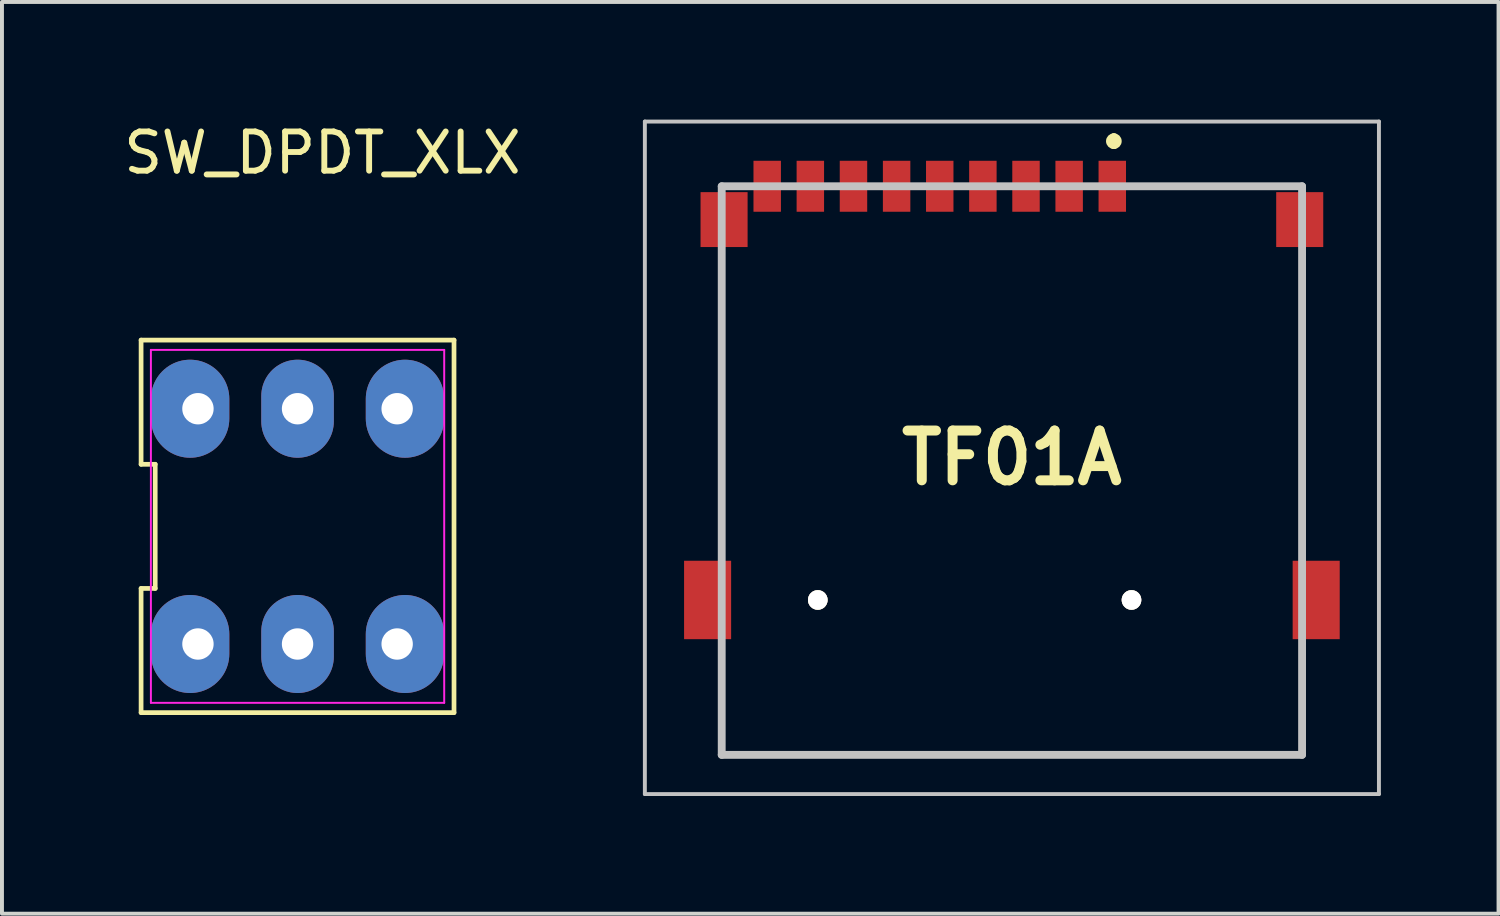
<source format=kicad_pcb>
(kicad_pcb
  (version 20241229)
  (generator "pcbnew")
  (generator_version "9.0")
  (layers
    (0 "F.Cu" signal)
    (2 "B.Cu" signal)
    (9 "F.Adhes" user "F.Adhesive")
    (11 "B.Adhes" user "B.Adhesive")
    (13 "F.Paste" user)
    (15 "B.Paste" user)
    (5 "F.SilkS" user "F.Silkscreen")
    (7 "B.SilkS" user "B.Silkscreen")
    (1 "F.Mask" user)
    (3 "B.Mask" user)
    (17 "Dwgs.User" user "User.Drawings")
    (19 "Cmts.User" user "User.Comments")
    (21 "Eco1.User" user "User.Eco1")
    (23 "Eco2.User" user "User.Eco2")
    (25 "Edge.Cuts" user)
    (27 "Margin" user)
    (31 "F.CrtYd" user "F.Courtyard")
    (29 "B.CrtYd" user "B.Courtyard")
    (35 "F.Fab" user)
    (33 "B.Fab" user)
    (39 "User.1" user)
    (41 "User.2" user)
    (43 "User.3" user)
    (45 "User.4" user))
  (footprint "TF01A"
    (layer "F.Cu")
    (at 22.755 8.95)
    (property "Reference" "TF01A" (at 0 -0.325 0) (layer "F.SilkS") (effects (font (size 1.27 1.27) (thickness 0.254))))
    (attr through_hole exclude_from_pos_files)
    (fp_line (start -7.4 -5) (end -7.4 1.5) (stroke (width 0.1) (type solid)) (layer "F.SilkS"))
    (fp_line (start -7.4 5) (end -7.4 7.25) (stroke (width 0.1) (type solid)) (layer "F.SilkS"))
    (fp_line (start -7.4 7.25) (end 7.4 7.25) (stroke (width 0.1) (type solid)) (layer "F.SilkS"))
    (fp_line (start 2.6 -8.5) (end 2.6 -8.5) (stroke (width 0.2) (type solid)) (layer "F.SilkS"))
    (fp_line (start 2.6 -8.3) (end 2.6 -8.3) (stroke (width 0.2) (type solid)) (layer "F.SilkS"))
    (fp_line (start 3.5 -7.25) (end 6.5 -7.25) (stroke (width 0.1) (type solid)) (layer "F.SilkS"))
    (fp_line (start 7.4 1.5) (end 7.4 -5) (stroke (width 0.1) (type solid)) (layer "F.SilkS"))
    (fp_line (start 7.4 7.25) (end 7.4 5.5) (stroke (width 0.1) (type solid)) (layer "F.SilkS"))
    (fp_arc (start 2.6 -8.5) (mid 2.7 -8.4) (end 2.6 -8.3) (stroke (width 0.2) (type solid)) (layer "F.SilkS"))
    (fp_arc (start 2.6 -8.3) (mid 2.5 -8.4) (end 2.6 -8.5) (stroke (width 0.2) (type solid)) (layer "F.SilkS"))
    (fp_line (start -9.36 -8.9) (end 9.36 -8.9) (stroke (width 0.1) (type solid)) (layer "Dwgs.User"))
    (fp_line (start -9.36 8.25) (end -9.36 -8.9) (stroke (width 0.1) (type solid)) (layer "Dwgs.User"))
    (fp_line (start -7.4 -7.25) (end 7.4 -7.25) (stroke (width 0.2) (type solid)) (layer "Dwgs.User"))
    (fp_line (start -7.4 7.25) (end -7.4 -7.25) (stroke (width 0.2) (type solid)) (layer "Dwgs.User"))
    (fp_line (start 7.4 -7.25) (end 7.4 7.25) (stroke (width 0.2) (type solid)) (layer "Dwgs.User"))
    (fp_line (start 7.4 7.25) (end -7.4 7.25) (stroke (width 0.2) (type solid)) (layer "Dwgs.User"))
    (fp_line (start 9.36 -8.9) (end 9.36 8.25) (stroke (width 0.1) (type solid)) (layer "Dwgs.User"))
    (fp_line (start 9.36 8.25) (end -9.36 8.25) (stroke (width 0.1) (type solid)) (layer "Dwgs.User"))
    (pad "1" smd rect (at 2.56 -7.25) (size 0.7 1.3) (layers "F.Cu" "F.Mask" "F.Paste"))
    (pad "2" smd rect (at 1.46 -7.25) (size 0.7 1.3) (layers "F.Cu" "F.Mask" "F.Paste"))
    (pad "3" smd rect (at 0.36 -7.25) (size 0.7 1.3) (layers "F.Cu" "F.Mask" "F.Paste"))
    (pad "4" smd rect (at -0.74 -7.25) (size 0.7 1.3) (layers "F.Cu" "F.Mask" "F.Paste"))
    (pad "5" smd rect (at -1.84 -7.25) (size 0.7 1.3) (layers "F.Cu" "F.Mask" "F.Paste"))
    (pad "6" smd rect (at -2.94 -7.25) (size 0.7 1.3) (layers "F.Cu" "F.Mask" "F.Paste"))
    (pad "7" smd rect (at -4.04 -7.25) (size 0.7 1.3) (layers "F.Cu" "F.Mask" "F.Paste"))
    (pad "8" smd rect (at -5.14 -7.25) (size 0.7 1.3) (layers "F.Cu" "F.Mask" "F.Paste"))
    (pad "14" thru_hole circle (at -4.95 3.3 90) (size 0.5 0.5) (drill 1) (layers "*.Cu" "*.Mask" "F.SilkS"))
    (pad "15" thru_hole circle (at 3.05 3.3 90) (size 0.5 0.5) (drill 1) (layers "*.Cu" "*.Mask" "F.SilkS"))
    (pad "CD1" smd rect (at -6.24 -7.25) (size 0.7 1.3) (layers "F.Cu" "F.Mask" "F.Paste"))
    (pad "MP1" smd rect (at -7.34 -6.4) (size 1.2 1.4) (layers "F.Cu" "F.Mask" "F.Paste"))
    (pad "MP2" smd rect (at -7.76 3.3) (size 1.2 2) (layers "F.Cu" "F.Mask" "F.Paste"))
    (pad "MP3" smd rect (at 7.76 3.3) (size 1.2 2) (layers "F.Cu" "F.Mask" "F.Paste"))
    (pad "MP4" smd rect (at 7.34 -6.4) (size 1.2 1.4) (layers "F.Cu" "F.Mask" "F.Paste")))
  (footprint "SW_DPDT_XLX"
    (layer "F.Cu")
    (at 4.538 10.373)
    (property "Reference" "SW_DPDT_XLX" (at 0.635 -9.525 180) (layer "F.SilkS") (effects (font (size 1 1) (thickness 0.15))))
    (attr through_hole)
    (fp_line (start -3.99 -1.583) (end -3.63 -1.583) (stroke (width 0.12) (type solid)) (layer "F.SilkS"))
    (fp_line (start -3.99 1.583) (end -3.99 4.75) (stroke (width 0.12) (type solid)) (layer "F.SilkS"))
    (fp_line (start -3.99 4.75) (end 3.99 4.75) (stroke (width 0.12) (type solid)) (layer "F.SilkS"))
    (fp_line (start -3.99 -4.75) (end -3.99 -1.583) (stroke (width 0.12) (type solid)) (layer "F.SilkS"))
    (fp_line (start -3.63 -1.583) (end -3.63 1.583) (stroke (width 0.12) (type solid)) (layer "F.SilkS"))
    (fp_line (start -3.63 1.583) (end -3.99 1.583) (stroke (width 0.12) (type solid)) (layer "F.SilkS"))
    (fp_line (start 3.99 4.75) (end 3.99 -4.75) (stroke (width 0.12) (type solid)) (layer "F.SilkS"))
    (fp_line (start 3.99 -4.75) (end -3.99 -4.75) (stroke (width 0.12) (type solid)) (layer "F.SilkS"))
    (fp_line (start -3.74 -4.5) (end 3.74 -4.5) (stroke (width 0.05) (type solid)) (layer "F.CrtYd"))
    (fp_line (start -3.74 4.5) (end -3.74 -4.5) (stroke (width 0.05) (type solid)) (layer "F.CrtYd"))
    (fp_line (start 3.74 -4.5) (end 3.74 4.5) (stroke (width 0.05) (type solid)) (layer "F.CrtYd"))
    (fp_line (start 3.74 4.5) (end -3.74 4.5) (stroke (width 0.05) (type solid)) (layer "F.CrtYd"))
    (pad "1" thru_hole oval (at -2.54 3) (size 2 2.5) (drill 0.8 (offset -0.2 0)) (layers "*.Cu" "*.Mask"))
    (pad "2" thru_hole oval (at 0 3) (size 1.85 2.5) (drill 0.8) (layers "*.Cu" "*.Mask"))
    (pad "3" thru_hole oval (at 2.54 3) (size 2 2.5) (drill 0.8 (offset 0.2 0)) (layers "*.Cu" "*.Mask"))
    (pad "4" thru_hole oval (at 2.54 -3) (size 2 2.5) (drill 0.8 (offset 0.2 0)) (layers "*.Cu" "*.Mask"))
    (pad "5" thru_hole oval (at 0 -3) (size 1.85 2.5) (drill 0.8) (layers "*.Cu" "*.Mask"))
    (pad "6" thru_hole oval (at -2.54 -3) (size 2 2.5) (drill 0.8 (offset -0.2 0)) (layers "*.Cu" "*.Mask")))
  (gr_rect
    (start -3 -3)
    (end 35.165 20.25)
    (stroke (width 0.1) (type default))
    (fill no)
    (layer "Edge.Cuts")))
</source>
